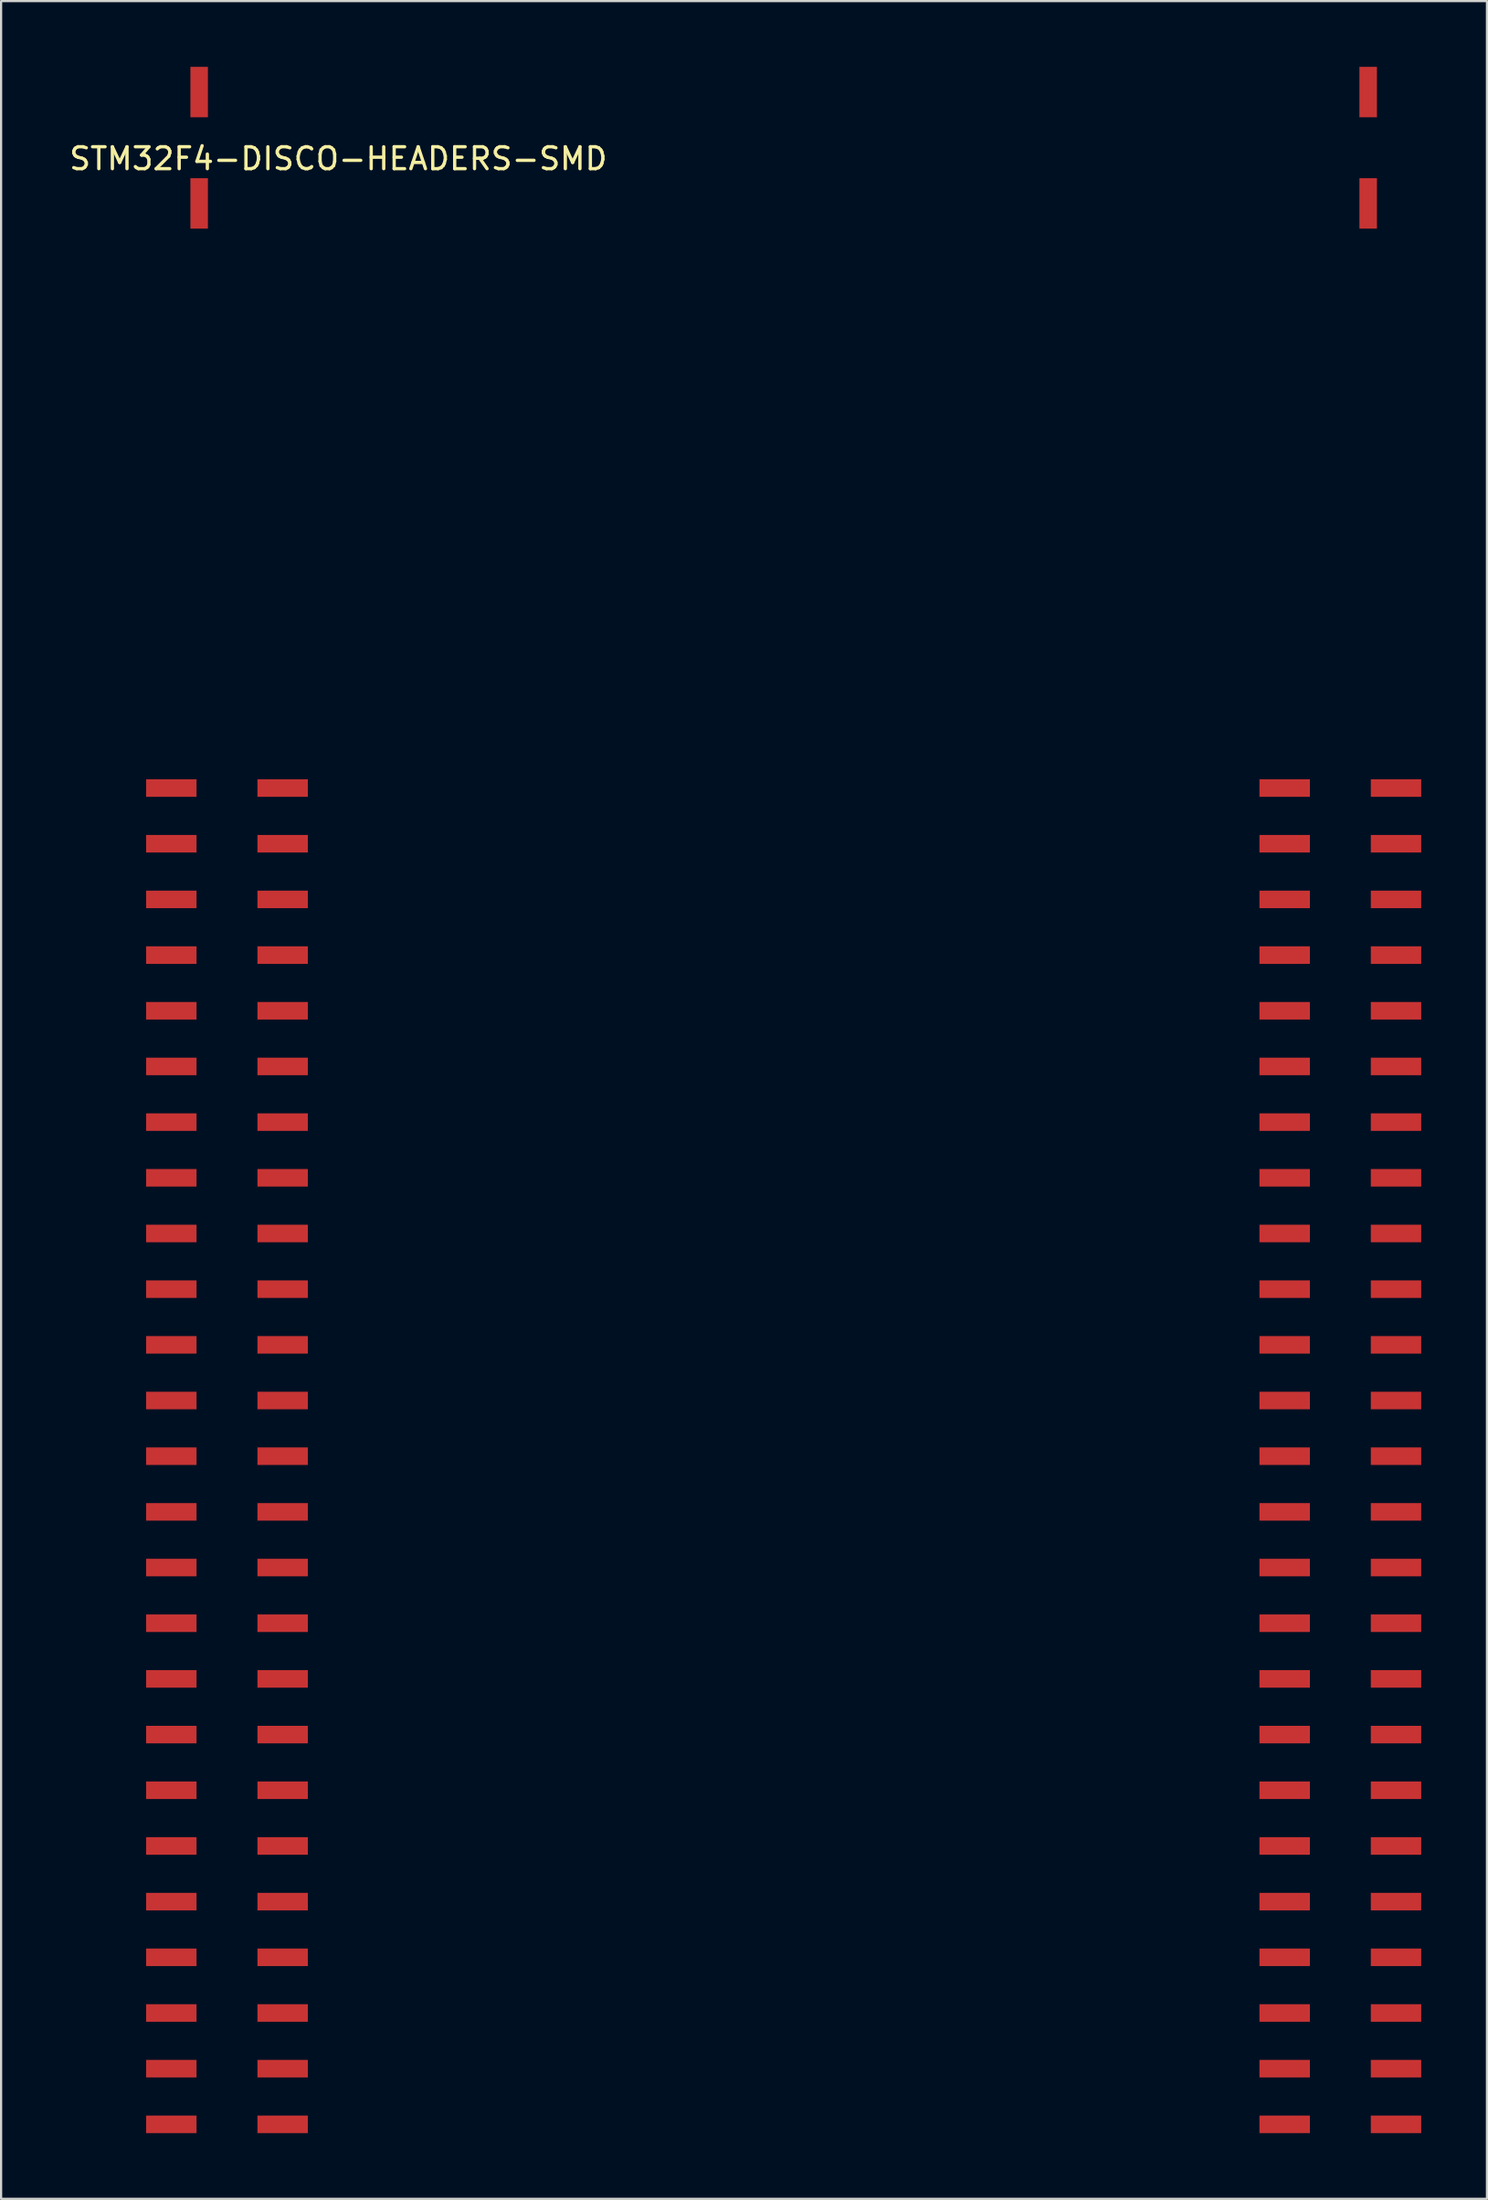
<source format=kicad_pcb>
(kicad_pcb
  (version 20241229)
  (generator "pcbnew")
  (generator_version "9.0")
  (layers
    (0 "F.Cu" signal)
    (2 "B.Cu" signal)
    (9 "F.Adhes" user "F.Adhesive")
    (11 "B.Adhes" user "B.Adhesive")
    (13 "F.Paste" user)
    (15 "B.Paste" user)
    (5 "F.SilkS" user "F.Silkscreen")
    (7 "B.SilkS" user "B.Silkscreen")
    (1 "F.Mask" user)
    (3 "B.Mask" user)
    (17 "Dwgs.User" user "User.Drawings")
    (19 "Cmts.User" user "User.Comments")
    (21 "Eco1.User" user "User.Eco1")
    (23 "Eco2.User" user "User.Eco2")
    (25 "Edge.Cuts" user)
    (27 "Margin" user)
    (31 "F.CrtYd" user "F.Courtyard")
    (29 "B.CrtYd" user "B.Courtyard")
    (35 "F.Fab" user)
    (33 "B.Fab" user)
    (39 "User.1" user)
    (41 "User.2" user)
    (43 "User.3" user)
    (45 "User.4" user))
  (footprint "STM32F4-DISCO-HEADERS-SMD"
    (layer "F.Cu")
    (at 12.387 27.82)
    (property "Reference" "STM32F4-DISCO-HEADERS-SMD" (at 0 -23.63 0) (layer "F.SilkS") (effects (font (size 1 1) (thickness 0.15))))
    (attr through_hole)
    (pad "1" smd rect (at -6.35 -21.59 90) (size 2.3 0.8) (layers "F.Cu" "F.Mask" "F.Paste"))
    (pad "2" smd rect (at -6.35 -26.67 90) (size 2.3 0.8) (layers "F.Cu" "F.Mask" "F.Paste"))
    (pad "3" smd rect (at -7.62 5.08 90) (size 0.8 2.3) (layers "F.Cu" "F.Mask" "F.Paste"))
    (pad "4" smd rect (at -7.62 7.62 90) (size 0.8 2.3) (layers "F.Cu" "F.Mask" "F.Paste"))
    (pad "5" smd rect (at -7.62 10.16 90) (size 0.8 2.3) (layers "F.Cu" "F.Mask" "F.Paste"))
    (pad "6" smd rect (at -7.62 12.7 90) (size 0.8 2.3) (layers "F.Cu" "F.Mask" "F.Paste"))
    (pad "7" smd rect (at -7.62 15.24 90) (size 0.8 2.3) (layers "F.Cu" "F.Mask" "F.Paste"))
    (pad "8" smd rect (at -7.62 17.78 90) (size 0.8 2.3) (layers "F.Cu" "F.Mask" "F.Paste"))
    (pad "9" smd rect (at -7.62 20.32 90) (size 0.8 2.3) (layers "F.Cu" "F.Mask" "F.Paste"))
    (pad "10" smd rect (at -7.62 22.86 90) (size 0.8 2.3) (layers "F.Cu" "F.Mask" "F.Paste"))
    (pad "11" smd rect (at -7.62 25.4 90) (size 0.8 2.3) (layers "F.Cu" "F.Mask" "F.Paste"))
    (pad "12" smd rect (at -7.62 27.94 90) (size 0.8 2.3) (layers "F.Cu" "F.Mask" "F.Paste"))
    (pad "13" smd rect (at -7.62 30.48 90) (size 0.8 2.3) (layers "F.Cu" "F.Mask" "F.Paste"))
    (pad "14" smd rect (at -7.62 33.02 90) (size 0.8 2.3) (layers "F.Cu" "F.Mask" "F.Paste"))
    (pad "15" smd rect (at -7.62 35.56 90) (size 0.8 2.3) (layers "F.Cu" "F.Mask" "F.Paste"))
    (pad "16" smd rect (at -7.62 38.1 90) (size 0.8 2.3) (layers "F.Cu" "F.Mask" "F.Paste"))
    (pad "17" smd rect (at -7.62 40.64 90) (size 0.8 2.3) (layers "F.Cu" "F.Mask" "F.Paste"))
    (pad "18" smd rect (at -7.62 43.18 90) (size 0.8 2.3) (layers "F.Cu" "F.Mask" "F.Paste"))
    (pad "19" smd rect (at -7.62 45.72 90) (size 0.8 2.3) (layers "F.Cu" "F.Mask" "F.Paste"))
    (pad "20" smd rect (at -7.62 48.26 90) (size 0.8 2.3) (layers "F.Cu" "F.Mask" "F.Paste"))
    (pad "21" smd rect (at -7.62 50.8 90) (size 0.8 2.3) (layers "F.Cu" "F.Mask" "F.Paste"))
    (pad "22" smd rect (at -7.62 53.34 90) (size 0.8 2.3) (layers "F.Cu" "F.Mask" "F.Paste"))
    (pad "23" smd rect (at -7.62 55.88 90) (size 0.8 2.3) (layers "F.Cu" "F.Mask" "F.Paste"))
    (pad "24" smd rect (at -7.62 58.42 90) (size 0.8 2.3) (layers "F.Cu" "F.Mask" "F.Paste"))
    (pad "25" smd rect (at -7.62 60.96 90) (size 0.8 2.3) (layers "F.Cu" "F.Mask" "F.Paste"))
    (pad "26" smd rect (at -7.62 63.5 90) (size 0.8 2.3) (layers "F.Cu" "F.Mask" "F.Paste"))
    (pad "27" smd rect (at -7.62 66.04 90) (size 0.8 2.3) (layers "F.Cu" "F.Mask" "F.Paste"))
    (pad "28" smd rect (at -2.54 5.08 90) (size 0.8 2.3) (layers "F.Cu" "F.Mask" "F.Paste"))
    (pad "29" smd rect (at -2.54 7.62 90) (size 0.8 2.3) (layers "F.Cu" "F.Mask" "F.Paste"))
    (pad "30" smd rect (at -2.54 10.16 90) (size 0.8 2.3) (layers "F.Cu" "F.Mask" "F.Paste"))
    (pad "31" smd rect (at -2.54 12.7 90) (size 0.8 2.3) (layers "F.Cu" "F.Mask" "F.Paste"))
    (pad "32" smd rect (at -2.54 15.24 90) (size 0.8 2.3) (layers "F.Cu" "F.Mask" "F.Paste"))
    (pad "33" smd rect (at -2.54 17.78 90) (size 0.8 2.3) (layers "F.Cu" "F.Mask" "F.Paste"))
    (pad "34" smd rect (at -2.54 20.32 90) (size 0.8 2.3) (layers "F.Cu" "F.Mask" "F.Paste"))
    (pad "35" smd rect (at -2.54 22.86 90) (size 0.8 2.3) (layers "F.Cu" "F.Mask" "F.Paste"))
    (pad "36" smd rect (at -2.54 25.4 90) (size 0.8 2.3) (layers "F.Cu" "F.Mask" "F.Paste"))
    (pad "37" smd rect (at -2.54 27.94 90) (size 0.8 2.3) (layers "F.Cu" "F.Mask" "F.Paste"))
    (pad "38" smd rect (at -2.54 30.48 90) (size 0.8 2.3) (layers "F.Cu" "F.Mask" "F.Paste"))
    (pad "39" smd rect (at -2.54 33.02 90) (size 0.8 2.3) (layers "F.Cu" "F.Mask" "F.Paste"))
    (pad "40" smd rect (at -2.54 35.56 90) (size 0.8 2.3) (layers "F.Cu" "F.Mask" "F.Paste"))
    (pad "41" smd rect (at -2.54 38.1 90) (size 0.8 2.3) (layers "F.Cu" "F.Mask" "F.Paste"))
    (pad "42" smd rect (at -2.54 40.64 90) (size 0.8 2.3) (layers "F.Cu" "F.Mask" "F.Paste"))
    (pad "43" smd rect (at -2.54 43.18 90) (size 0.8 2.3) (layers "F.Cu" "F.Mask" "F.Paste"))
    (pad "44" smd rect (at -2.54 45.72 90) (size 0.8 2.3) (layers "F.Cu" "F.Mask" "F.Paste"))
    (pad "45" smd rect (at -2.54 48.26 90) (size 0.8 2.3) (layers "F.Cu" "F.Mask" "F.Paste"))
    (pad "46" smd rect (at -2.54 50.8 90) (size 0.8 2.3) (layers "F.Cu" "F.Mask" "F.Paste"))
    (pad "47" smd rect (at -2.54 53.34 90) (size 0.8 2.3) (layers "F.Cu" "F.Mask" "F.Paste"))
    (pad "48" smd rect (at -2.54 55.88 90) (size 0.8 2.3) (layers "F.Cu" "F.Mask" "F.Paste"))
    (pad "49" smd rect (at -2.54 58.42 90) (size 0.8 2.3) (layers "F.Cu" "F.Mask" "F.Paste"))
    (pad "50" smd rect (at -2.54 60.96 90) (size 0.8 2.3) (layers "F.Cu" "F.Mask" "F.Paste"))
    (pad "51" smd rect (at -2.54 63.5 90) (size 0.8 2.3) (layers "F.Cu" "F.Mask" "F.Paste"))
    (pad "52" smd rect (at -2.54 66.04 90) (size 0.8 2.3) (layers "F.Cu" "F.Mask" "F.Paste"))
    (pad "53" smd rect (at 46.99 -26.67 90) (size 2.3 0.8) (layers "F.Cu" "F.Mask" "F.Paste"))
    (pad "54" smd rect (at 46.99 -21.59 90) (size 2.3 0.8) (layers "F.Cu" "F.Mask" "F.Paste"))
    (pad "55" smd rect (at 43.18 5.08 90) (size 0.8 2.3) (layers "F.Cu" "F.Mask" "F.Paste"))
    (pad "56" smd rect (at 43.18 7.62 90) (size 0.8 2.3) (layers "F.Cu" "F.Mask" "F.Paste"))
    (pad "57" smd rect (at 43.18 10.16 90) (size 0.8 2.3) (layers "F.Cu" "F.Mask" "F.Paste"))
    (pad "58" smd rect (at 43.18 12.7 90) (size 0.8 2.3) (layers "F.Cu" "F.Mask" "F.Paste"))
    (pad "59" smd rect (at 43.18 15.24 90) (size 0.8 2.3) (layers "F.Cu" "F.Mask" "F.Paste"))
    (pad "60" smd rect (at 43.18 17.78 90) (size 0.8 2.3) (layers "F.Cu" "F.Mask" "F.Paste"))
    (pad "61" smd rect (at 43.18 20.32 90) (size 0.8 2.3) (layers "F.Cu" "F.Mask" "F.Paste"))
    (pad "62" smd rect (at 43.18 22.86 90) (size 0.8 2.3) (layers "F.Cu" "F.Mask" "F.Paste"))
    (pad "63" smd rect (at 43.18 25.4 90) (size 0.8 2.3) (layers "F.Cu" "F.Mask" "F.Paste"))
    (pad "64" smd rect (at 43.18 27.94 90) (size 0.8 2.3) (layers "F.Cu" "F.Mask" "F.Paste"))
    (pad "65" smd rect (at 43.18 30.48 90) (size 0.8 2.3) (layers "F.Cu" "F.Mask" "F.Paste"))
    (pad "66" smd rect (at 43.18 33.02 90) (size 0.8 2.3) (layers "F.Cu" "F.Mask" "F.Paste"))
    (pad "67" smd rect (at 43.18 35.56 90) (size 0.8 2.3) (layers "F.Cu" "F.Mask" "F.Paste"))
    (pad "68" smd rect (at 43.18 38.1 90) (size 0.8 2.3) (layers "F.Cu" "F.Mask" "F.Paste"))
    (pad "69" smd rect (at 43.18 40.64 90) (size 0.8 2.3) (layers "F.Cu" "F.Mask" "F.Paste"))
    (pad "70" smd rect (at 43.18 43.18 90) (size 0.8 2.3) (layers "F.Cu" "F.Mask" "F.Paste"))
    (pad "71" smd rect (at 43.18 45.72 90) (size 0.8 2.3) (layers "F.Cu" "F.Mask" "F.Paste"))
    (pad "72" smd rect (at 43.18 48.26 90) (size 0.8 2.3) (layers "F.Cu" "F.Mask" "F.Paste"))
    (pad "73" smd rect (at 43.18 50.8 90) (size 0.8 2.3) (layers "F.Cu" "F.Mask" "F.Paste"))
    (pad "74" smd rect (at 43.18 53.34 90) (size 0.8 2.3) (layers "F.Cu" "F.Mask" "F.Paste"))
    (pad "75" smd rect (at 43.18 55.88 90) (size 0.8 2.3) (layers "F.Cu" "F.Mask" "F.Paste"))
    (pad "76" smd rect (at 43.18 58.42 90) (size 0.8 2.3) (layers "F.Cu" "F.Mask" "F.Paste"))
    (pad "77" smd rect (at 43.18 60.96 90) (size 0.8 2.3) (layers "F.Cu" "F.Mask" "F.Paste"))
    (pad "78" smd rect (at 43.18 63.5 90) (size 0.8 2.3) (layers "F.Cu" "F.Mask" "F.Paste"))
    (pad "79" smd rect (at 43.18 66.04 90) (size 0.8 2.3) (layers "F.Cu" "F.Mask" "F.Paste"))
    (pad "80" smd rect (at 48.26 5.08 90) (size 0.8 2.3) (layers "F.Cu" "F.Mask" "F.Paste"))
    (pad "81" smd rect (at 48.26 7.62 90) (size 0.8 2.3) (layers "F.Cu" "F.Mask" "F.Paste"))
    (pad "82" smd rect (at 48.26 10.16 90) (size 0.8 2.3) (layers "F.Cu" "F.Mask" "F.Paste"))
    (pad "83" smd rect (at 48.26 12.7 90) (size 0.8 2.3) (layers "F.Cu" "F.Mask" "F.Paste"))
    (pad "84" smd rect (at 48.26 15.24 90) (size 0.8 2.3) (layers "F.Cu" "F.Mask" "F.Paste"))
    (pad "85" smd rect (at 48.26 17.78 90) (size 0.8 2.3) (layers "F.Cu" "F.Mask" "F.Paste"))
    (pad "86" smd rect (at 48.26 20.32 90) (size 0.8 2.3) (layers "F.Cu" "F.Mask" "F.Paste"))
    (pad "87" smd rect (at 48.26 22.86 90) (size 0.8 2.3) (layers "F.Cu" "F.Mask" "F.Paste"))
    (pad "88" smd rect (at 48.26 25.4 90) (size 0.8 2.3) (layers "F.Cu" "F.Mask" "F.Paste"))
    (pad "89" smd rect (at 48.26 27.94 90) (size 0.8 2.3) (layers "F.Cu" "F.Mask" "F.Paste"))
    (pad "90" smd rect (at 48.26 30.48 90) (size 0.8 2.3) (layers "F.Cu" "F.Mask" "F.Paste"))
    (pad "91" smd rect (at 48.26 33.02 90) (size 0.8 2.3) (layers "F.Cu" "F.Mask" "F.Paste"))
    (pad "92" smd rect (at 48.26 35.56 90) (size 0.8 2.3) (layers "F.Cu" "F.Mask" "F.Paste"))
    (pad "93" smd rect (at 48.26 38.1 90) (size 0.8 2.3) (layers "F.Cu" "F.Mask" "F.Paste"))
    (pad "94" smd rect (at 48.26 40.64 90) (size 0.8 2.3) (layers "F.Cu" "F.Mask" "F.Paste"))
    (pad "95" smd rect (at 48.26 43.18 90) (size 0.8 2.3) (layers "F.Cu" "F.Mask" "F.Paste"))
    (pad "96" smd rect (at 48.26 45.72 90) (size 0.8 2.3) (layers "F.Cu" "F.Mask" "F.Paste"))
    (pad "97" smd rect (at 48.26 48.26 90) (size 0.8 2.3) (layers "F.Cu" "F.Mask" "F.Paste"))
    (pad "98" smd rect (at 48.26 50.8 90) (size 0.8 2.3) (layers "F.Cu" "F.Mask" "F.Paste"))
    (pad "99" smd rect (at 48.26 53.34 90) (size 0.8 2.3) (layers "F.Cu" "F.Mask" "F.Paste"))
    (pad "100" smd rect (at 48.26 55.88 90) (size 0.8 2.3) (layers "F.Cu" "F.Mask" "F.Paste"))
    (pad "101" smd rect (at 48.26 58.42 90) (size 0.8 2.3) (layers "F.Cu" "F.Mask" "F.Paste"))
    (pad "102" smd rect (at 48.26 60.96 90) (size 0.8 2.3) (layers "F.Cu" "F.Mask" "F.Paste"))
    (pad "103" smd rect (at 48.26 63.5 90) (size 0.8 2.3) (layers "F.Cu" "F.Mask" "F.Paste"))
    (pad "104" smd rect (at 48.26 66.04 90) (size 0.8 2.3) (layers "F.Cu" "F.Mask" "F.Paste")))
  (gr_rect
    (start -3 -3)
    (end 64.797 97.26)
    (stroke (width 0.1) (type default))
    (fill no)
    (layer "Edge.Cuts")))
</source>
